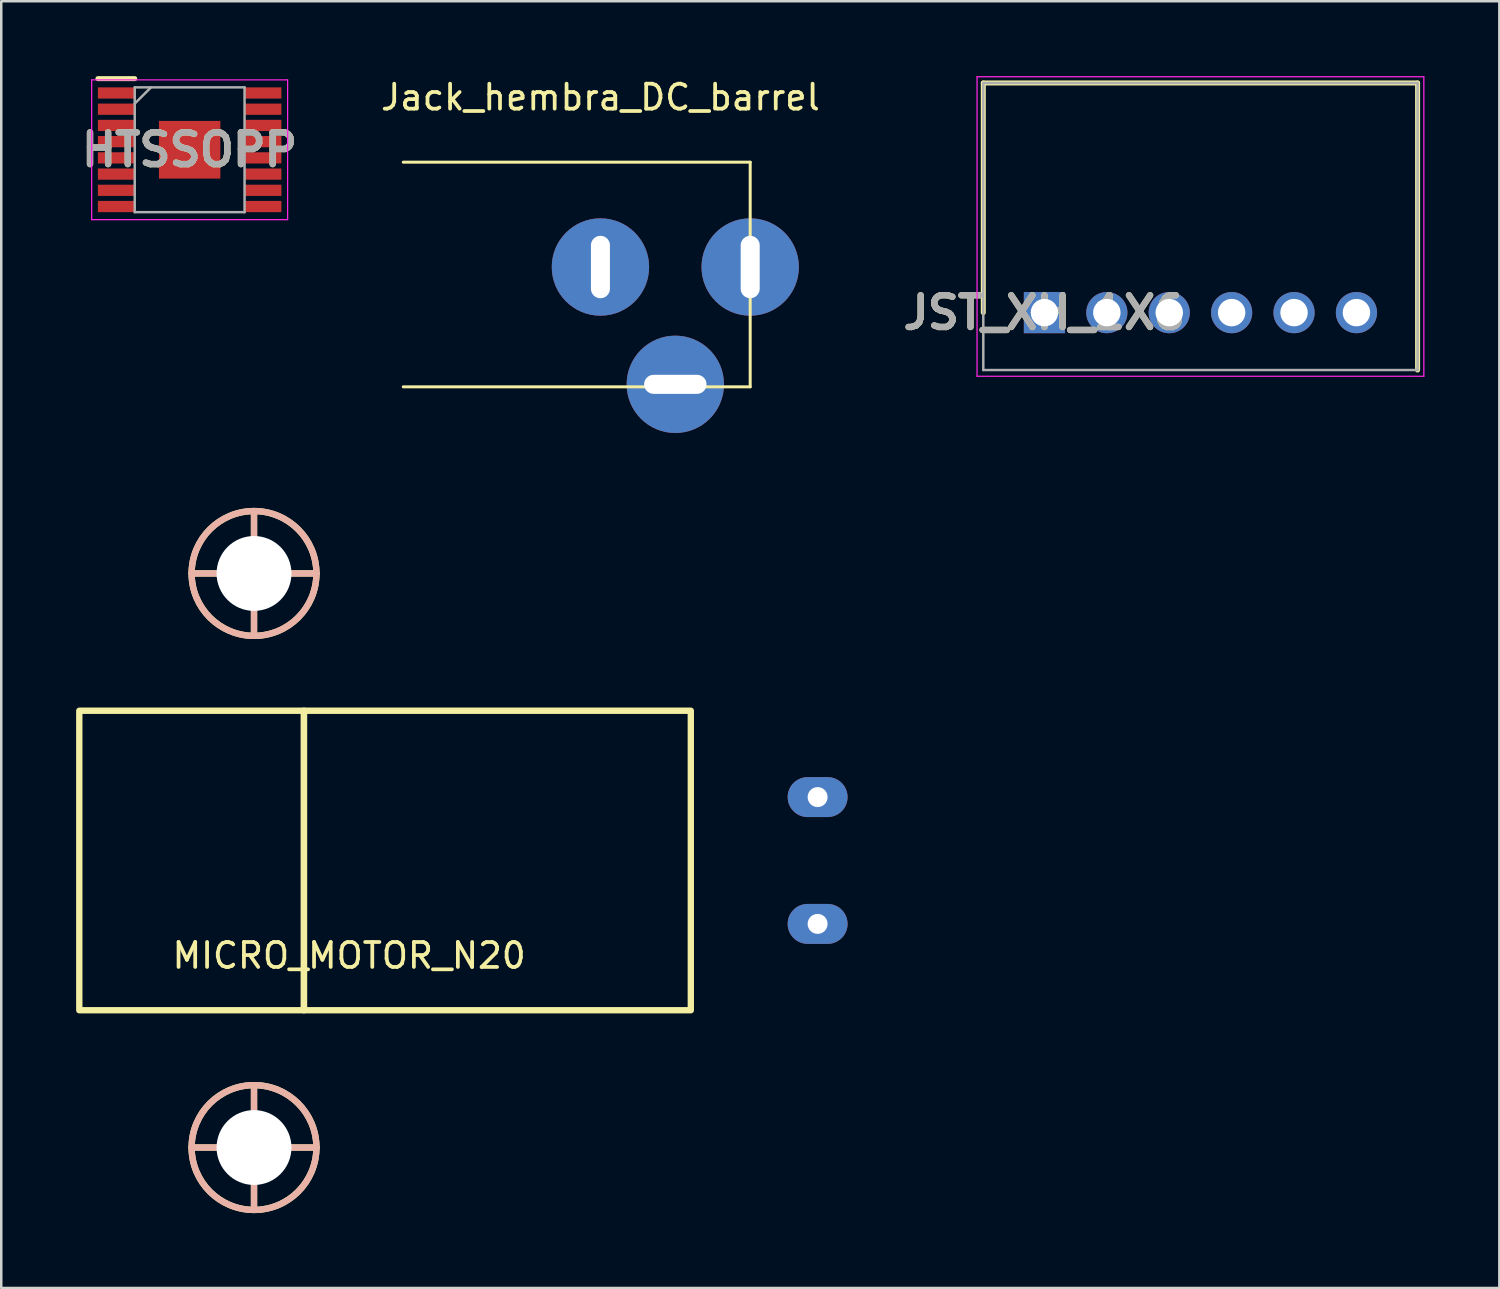
<source format=kicad_pcb>
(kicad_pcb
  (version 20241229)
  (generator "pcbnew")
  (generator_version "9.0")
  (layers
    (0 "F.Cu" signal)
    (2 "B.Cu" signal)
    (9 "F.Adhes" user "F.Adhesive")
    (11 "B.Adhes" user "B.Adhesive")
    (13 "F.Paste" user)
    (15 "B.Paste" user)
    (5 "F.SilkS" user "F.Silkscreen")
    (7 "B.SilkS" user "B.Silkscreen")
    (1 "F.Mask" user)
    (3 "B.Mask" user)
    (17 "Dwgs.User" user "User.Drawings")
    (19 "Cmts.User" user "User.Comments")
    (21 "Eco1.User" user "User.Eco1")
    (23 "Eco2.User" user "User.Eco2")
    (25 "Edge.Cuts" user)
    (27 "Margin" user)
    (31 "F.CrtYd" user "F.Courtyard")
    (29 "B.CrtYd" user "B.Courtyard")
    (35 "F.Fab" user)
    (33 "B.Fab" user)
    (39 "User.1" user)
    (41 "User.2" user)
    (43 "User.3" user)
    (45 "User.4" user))
  (footprint "HTSSOPP"
    (layer "F.Cu")
    (at 4.548 2.95)
    (property "Reference" "HTSSOPP" (at 0 0 0) (layer "F.SilkS") (effects (font (size 1.27 1.27) (thickness 0.254))))
    (attr smd)
    (fp_line (start -3.675 -2.85) (end -2.2 -2.85) (stroke (width 0.2) (type solid)) (layer "F.SilkS"))
    (fp_line (start -3.925 -2.8) (end 3.925 -2.8) (stroke (width 0.05) (type solid)) (layer "F.CrtYd"))
    (fp_line (start -3.925 2.8) (end -3.925 -2.8) (stroke (width 0.05) (type solid)) (layer "F.CrtYd"))
    (fp_line (start 3.925 -2.8) (end 3.925 2.8) (stroke (width 0.05) (type solid)) (layer "F.CrtYd"))
    (fp_line (start 3.925 2.8) (end -3.925 2.8) (stroke (width 0.05) (type solid)) (layer "F.CrtYd"))
    (fp_line (start -2.2 -2.5) (end 2.2 -2.5) (stroke (width 0.1) (type solid)) (layer "F.Fab"))
    (fp_line (start -2.2 -1.85) (end -1.55 -2.5) (stroke (width 0.1) (type solid)) (layer "F.Fab"))
    (fp_line (start -2.2 2.5) (end -2.2 -2.5) (stroke (width 0.1) (type solid)) (layer "F.Fab"))
    (fp_line (start 2.2 -2.5) (end 2.2 2.5) (stroke (width 0.1) (type solid)) (layer "F.Fab"))
    (fp_line (start 2.2 2.5) (end -2.2 2.5) (stroke (width 0.1) (type solid)) (layer "F.Fab"))
    (fp_text user "${REFERENCE}" (at 0 0 0) (layer "F.Fab") (effects (font (size 1.27 1.27) (thickness 0.254))))
    (pad "1" smd rect (at -2.938 -2.275 90) (size 0.45 1.475) (layers "F.Cu" "F.Mask" "F.Paste"))
    (pad "2" smd rect (at -2.938 -1.625 90) (size 0.45 1.475) (layers "F.Cu" "F.Mask" "F.Paste"))
    (pad "3" smd rect (at -2.938 -0.975 90) (size 0.45 1.475) (layers "F.Cu" "F.Mask" "F.Paste"))
    (pad "4" smd rect (at -2.938 -0.325 90) (size 0.45 1.475) (layers "F.Cu" "F.Mask" "F.Paste"))
    (pad "5" smd rect (at -2.938 0.325 90) (size 0.45 1.475) (layers "F.Cu" "F.Mask" "F.Paste"))
    (pad "6" smd rect (at -2.938 0.975 90) (size 0.45 1.475) (layers "F.Cu" "F.Mask" "F.Paste"))
    (pad "7" smd rect (at -2.938 1.625 90) (size 0.45 1.475) (layers "F.Cu" "F.Mask" "F.Paste"))
    (pad "8" smd rect (at -2.938 2.275 90) (size 0.45 1.475) (layers "F.Cu" "F.Mask" "F.Paste"))
    (pad "9" smd rect (at 2.938 2.275 90) (size 0.45 1.475) (layers "F.Cu" "F.Mask" "F.Paste"))
    (pad "10" smd rect (at 2.938 1.625 90) (size 0.45 1.475) (layers "F.Cu" "F.Mask" "F.Paste"))
    (pad "11" smd rect (at 2.938 0.975 90) (size 0.45 1.475) (layers "F.Cu" "F.Mask" "F.Paste"))
    (pad "12" smd rect (at 2.938 0.325 90) (size 0.45 1.475) (layers "F.Cu" "F.Mask" "F.Paste"))
    (pad "13" smd rect (at 2.938 -0.325 90) (size 0.45 1.475) (layers "F.Cu" "F.Mask" "F.Paste"))
    (pad "14" smd rect (at 2.938 -0.975 90) (size 0.45 1.475) (layers "F.Cu" "F.Mask" "F.Paste"))
    (pad "15" smd rect (at 2.938 -1.625 90) (size 0.45 1.475) (layers "F.Cu" "F.Mask" "F.Paste"))
    (pad "16" smd rect (at 2.938 -2.275 90) (size 0.45 1.475) (layers "F.Cu" "F.Mask" "F.Paste"))
    (pad "17" smd rect (at 0 0 90) (size 2.31 2.46) (layers "F.Cu" "F.Mask" "F.Paste")))
  (footprint "MICRO_MOTOR_N20"
    (layer "F.Cu")
    (at 15.737 31.425)
    (property "Reference" "MICRO_MOTOR_N20" (at -4.8 3.81 0) (unlocked yes) (layer "F.SilkS") (effects (font (size 1 1) (thickness 0.15))))
    (attr through_hole)
    (fp_line (start -11.11 -11.5) (end -6.11 -11.5) (stroke (width 0.254) (type solid)) (layer "F.SilkS"))
    (fp_line (start -11.11 11.5) (end -6.11 11.5) (stroke (width 0.254) (type solid)) (layer "F.SilkS"))
    (fp_line (start -8.61 -14) (end -8.61 -9) (stroke (width 0.254) (type solid)) (layer "F.SilkS"))
    (fp_line (start -8.61 9) (end -8.61 14) (stroke (width 0.254) (type solid)) (layer "F.SilkS"))
    (fp_rect (start -15.61 -6) (end -6.61 6) (stroke (width 0.254) (type solid)) (fill no) (layer "F.SilkS"))
    (fp_rect (start -6.61 -6) (end 8.89 6) (stroke (width 0.254) (type solid)) (fill no) (layer "F.SilkS"))
    (fp_circle (center -8.61 -11.5) (end -6.11 -11.5) (stroke (width 0.254) (type solid)) (fill no) (layer "F.SilkS"))
    (fp_circle (center -8.61 11.5) (end -6.11 11.5) (stroke (width 0.254) (type solid)) (fill no) (layer "F.SilkS"))
    (fp_line (start -11.11 -11.5) (end -6.11 -11.5) (stroke (width 0.254) (type solid)) (layer "B.SilkS"))
    (fp_line (start -11.11 11.5) (end -6.11 11.5) (stroke (width 0.254) (type solid)) (layer "B.SilkS"))
    (fp_line (start -8.61 -14) (end -8.61 -9) (stroke (width 0.254) (type solid)) (layer "B.SilkS"))
    (fp_line (start -8.61 9) (end -8.61 14) (stroke (width 0.254) (type solid)) (layer "B.SilkS"))
    (fp_circle (center -8.61 -11.5) (end -6.11 -11.5) (stroke (width 0.254) (type solid)) (fill no) (layer "B.SilkS"))
    (fp_circle (center -8.61 11.5) (end -6.11 11.5) (stroke (width 0.254) (type solid)) (fill no) (layer "B.SilkS"))
    (pad "" np_thru_hole circle (at -8.61 -11.5) (size 3 3) (drill 3) (layers "*.Cu" "*.Mask"))
    (pad "" np_thru_hole circle (at -8.61 11.5) (size 3 3) (drill 3) (layers "*.Cu" "*.Mask"))
    (pad "1" thru_hole oval (at 13.97 -2.54) (size 2.4 1.6) (drill 0.8) (layers "*.Cu" "*.Mask"))
    (pad "2" thru_hole oval (at 13.97 2.54) (size 2.4 1.6) (drill 0.8) (layers "*.Cu" "*.Mask")))
  (footprint "JST_XH_1X6"
    (layer "F.Cu")
    (at 45.045 9.475)
    (property "Reference" "JST_XH_1X6" (at -6.25 0 0) (layer "F.SilkS") (effects (font (size 1.27 1.27) (thickness 0.254))))
    (attr through_hole)
    (fp_line (start -8.7 -9.2) (end 8.7 -9.2) (stroke (width 0.2) (type solid)) (layer "F.SilkS"))
    (fp_line (start -8.7 0) (end -8.7 -9.2) (stroke (width 0.2) (type solid)) (layer "F.SilkS"))
    (fp_line (start 8.7 -9.2) (end 8.7 2.3) (stroke (width 0.2) (type solid)) (layer "F.SilkS"))
    (fp_line (start -8.95 -9.45) (end -8.95 2.55) (stroke (width 0.05) (type solid)) (layer "F.CrtYd"))
    (fp_line (start -8.95 2.55) (end 8.95 2.55) (stroke (width 0.05) (type solid)) (layer "F.CrtYd"))
    (fp_line (start 8.95 -9.45) (end -8.95 -9.45) (stroke (width 0.05) (type solid)) (layer "F.CrtYd"))
    (fp_line (start 8.95 2.55) (end 8.95 -9.45) (stroke (width 0.05) (type solid)) (layer "F.CrtYd"))
    (fp_line (start -8.7 -9.2) (end 8.7 -9.2) (stroke (width 0.1) (type solid)) (layer "F.Fab"))
    (fp_line (start -8.7 2.3) (end -8.7 -9.2) (stroke (width 0.1) (type solid)) (layer "F.Fab"))
    (fp_line (start 8.7 -9.2) (end 8.7 2.3) (stroke (width 0.1) (type solid)) (layer "F.Fab"))
    (fp_line (start 8.7 2.3) (end -8.7 2.3) (stroke (width 0.1) (type solid)) (layer "F.Fab"))
    (fp_text user "${REFERENCE}" (at -6.25 0 0) (layer "F.Fab") (effects (font (size 1.27 1.27) (thickness 0.254))))
    (pad "1" thru_hole rect (at -6.25 0) (size 1.65 1.65) (drill 1.1) (layers "*.Cu" "*.Mask"))
    (pad "2" thru_hole circle (at -3.75 0) (size 1.65 1.65) (drill 1.1) (layers "*.Cu" "*.Mask"))
    (pad "3" thru_hole circle (at -1.25 0) (size 1.65 1.65) (drill 1.1) (layers "*.Cu" "*.Mask"))
    (pad "4" thru_hole circle (at 1.25 0) (size 1.65 1.65) (drill 1.1) (layers "*.Cu" "*.Mask"))
    (pad "5" thru_hole circle (at 3.75 0) (size 1.65 1.65) (drill 1.1) (layers "*.Cu" "*.Mask"))
    (pad "6" thru_hole circle (at 6.25 0) (size 1.65 1.65) (drill 1.1) (layers "*.Cu" "*.Mask")))
  (footprint "Jack_hembra_DC_barrel"
    (layer "F.Cu")
    (at 21.006 7.648)
    (property "Reference" "Jack_hembra_DC_barrel" (at 0 -6.8 0) (layer "F.SilkS") (effects (font (size 1 1) (thickness 0.15))))
    (attr through_hole)
    (fp_line (start -7.9 4.8) (end 6 4.8) (stroke (width 0.12) (type solid)) (layer "F.SilkS"))
    (fp_line (start 6 -4.2) (end -7.9 -4.2) (stroke (width 0.12) (type solid)) (layer "F.SilkS"))
    (fp_line (start 6 4.8) (end 6 -4.2) (stroke (width 0.12) (type solid)) (layer "F.SilkS"))
    (pad "1" thru_hole oval (at 6 0 90) (size 3.9 3.9) (drill oval 2.5 0.762) (layers "*.Cu" "*.Mask"))
    (pad "2" thru_hole oval (at 0 0 90) (size 3.9 3.9) (drill oval 2.5 0.762) (layers "*.Cu" "*.Mask"))
    (pad "3" thru_hole oval (at 3 4.7 180) (size 3.9 3.9) (drill oval 2.5 0.762) (layers "*.Cu" "*.Mask")))
  (gr_rect
    (start -3 -3)
    (end 57.02 48.552)
    (stroke (width 0.1) (type default))
    (fill no)
    (layer "Edge.Cuts")))
</source>
